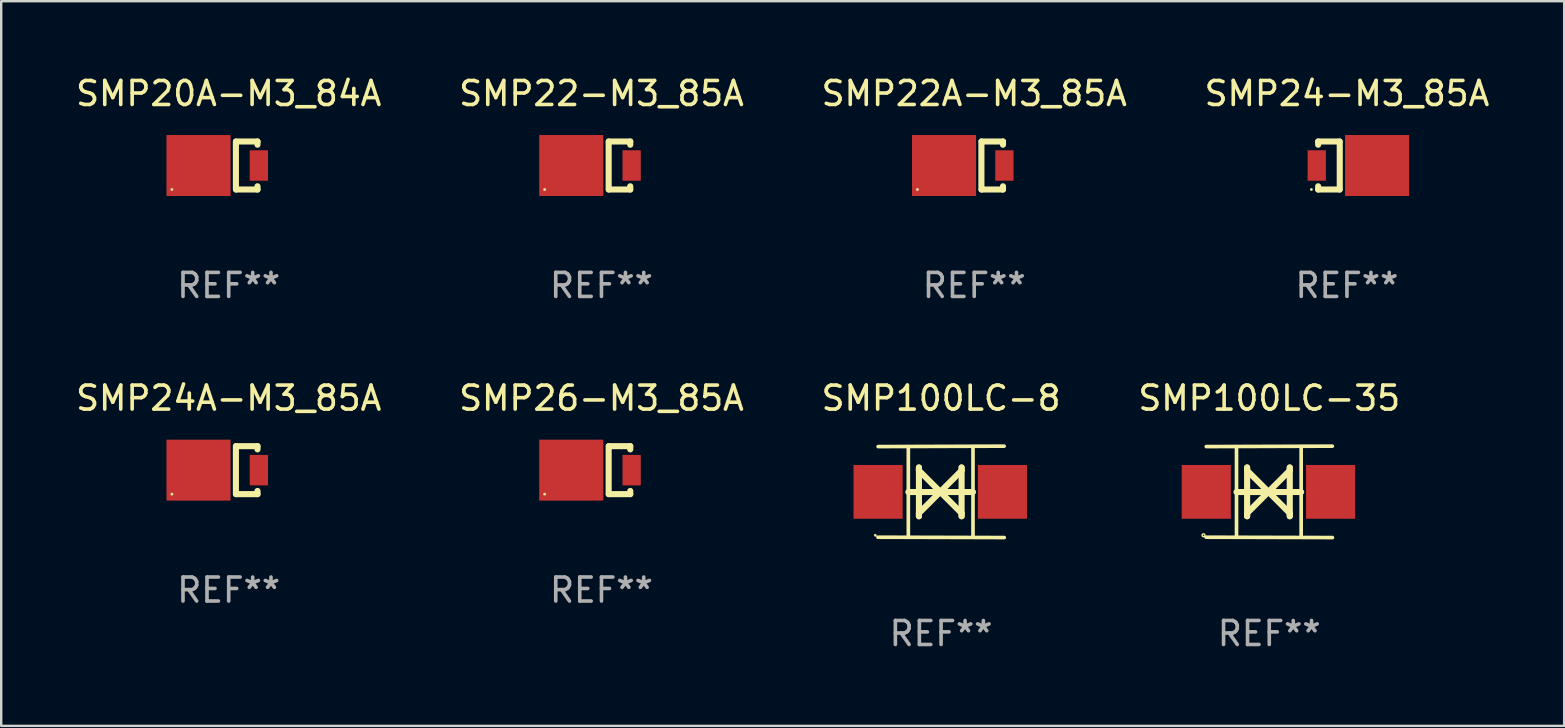
<source format=kicad_pcb>
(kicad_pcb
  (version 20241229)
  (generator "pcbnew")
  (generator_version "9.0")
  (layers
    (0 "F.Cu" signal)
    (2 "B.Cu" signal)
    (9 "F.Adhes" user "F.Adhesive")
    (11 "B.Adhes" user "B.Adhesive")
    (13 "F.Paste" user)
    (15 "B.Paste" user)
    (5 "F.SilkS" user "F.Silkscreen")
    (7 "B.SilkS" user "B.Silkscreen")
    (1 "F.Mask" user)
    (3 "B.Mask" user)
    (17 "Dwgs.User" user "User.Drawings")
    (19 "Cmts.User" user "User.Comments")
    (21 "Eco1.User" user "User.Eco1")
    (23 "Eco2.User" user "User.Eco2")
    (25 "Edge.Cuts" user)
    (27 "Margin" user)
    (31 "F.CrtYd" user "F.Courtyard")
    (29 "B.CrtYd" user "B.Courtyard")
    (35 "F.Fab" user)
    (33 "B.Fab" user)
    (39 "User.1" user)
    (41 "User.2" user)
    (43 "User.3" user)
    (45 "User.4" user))
  (footprint "SMP100LC-8"
    (layer "F.Cu")
    (at 36.173 17.45)
    (property "Reference" "SMP100LC-8" (at 0 -3.905 0) (layer "F.SilkS") (effects (font (size 1 1) (thickness 0.15))))
    (attr through_hole)
    (fp_line (start -1.365 1.886) (end -1.365 -1.886) (stroke (width 0.152) (type solid)) (layer "F.SilkS"))
    (fp_line (start -1.365 0.008) (end 1.33 0.008) (stroke (width 0.254) (type solid)) (layer "F.SilkS"))
    (fp_line (start -0.923 -1.016) (end -0.923 1.016) (stroke (width 0.254) (type solid)) (layer "F.SilkS"))
    (fp_line (start -0.923 -0.889) (end -0.923 -1.016) (stroke (width 0.254) (type solid)) (layer "F.SilkS"))
    (fp_line (start -0.923 0.889) (end -0.034 0) (stroke (width 0.254) (type solid)) (layer "F.SilkS"))
    (fp_line (start -0.923 1.016) (end -0.923 0.889) (stroke (width 0.254) (type solid)) (layer "F.SilkS"))
    (fp_line (start -0.034 0) (end -0.923 -0.889) (stroke (width 0.254) (type solid)) (layer "F.SilkS"))
    (fp_line (start -0.034 0) (end 0.855 0.889) (stroke (width 0.254) (type solid)) (layer "F.SilkS"))
    (fp_line (start 0.855 -1.016) (end 0.855 -0.889) (stroke (width 0.254) (type solid)) (layer "F.SilkS"))
    (fp_line (start 0.855 -0.889) (end -0.034 0) (stroke (width 0.254) (type solid)) (layer "F.SilkS"))
    (fp_line (start 0.855 0.889) (end 0.855 1.016) (stroke (width 0.254) (type solid)) (layer "F.SilkS"))
    (fp_line (start 0.855 1.016) (end 0.855 -1.016) (stroke (width 0.254) (type solid)) (layer "F.SilkS"))
    (fp_line (start 1.33 1.886) (end 1.33 -1.886) (stroke (width 0.152) (type solid)) (layer "F.SilkS"))
    (fp_line (start 2.629 -1.905) (end -2.625 -1.887) (stroke (width 0.152) (type solid)) (layer "F.SilkS"))
    (fp_line (start 2.633 1.905) (end -2.633 1.89) (stroke (width 0.152) (type solid)) (layer "F.SilkS"))
    (fp_circle (center -2.741 1.81) (end -2.711 1.81) (stroke (width 0.06) (type solid)) (fill no) (layer "F.SilkS"))
    (fp_text user "REF**" (at 0 5.905 0) (layer "F.Fab") (effects (font (size 1 1) (thickness 0.15))))
    (pad "1" smd rect (at -2.625 0) (size 2.047 2.241) (layers "F.Cu" "F.Mask" "F.Paste"))
    (pad "2" smd rect (at 2.557 0) (size 2.047 2.241) (layers "F.Cu" "F.Mask" "F.Paste")))
  (footprint "SMP22-M3_85A"
    (layer "F.Cu")
    (at 22.018 3.848)
    (property "Reference" "SMP22-M3_85A" (at 0 -3 0) (layer "F.SilkS") (effects (font (size 1 1) (thickness 0.15))))
    (attr through_hole)
    (fp_line (start 0.3 -1) (end 0.3 1) (stroke (width 0.254) (type solid)) (layer "F.SilkS"))
    (fp_line (start 1.2 -1) (end 0.308 -1) (stroke (width 0.254) (type solid)) (layer "F.SilkS"))
    (fp_line (start 1.2 -1) (end 1.2 -0.866) (stroke (width 0.254) (type solid)) (layer "F.SilkS"))
    (fp_line (start 1.2 1) (end 0.308 1) (stroke (width 0.254) (type solid)) (layer "F.SilkS"))
    (fp_line (start 1.2 1) (end 1.2 0.866) (stroke (width 0.254) (type solid)) (layer "F.SilkS"))
    (fp_circle (center -2.368 1) (end -2.338 1) (stroke (width 0.06) (type solid)) (fill no) (layer "F.SilkS"))
    (fp_text user "REF**" (at 0 5 0) (layer "F.Fab") (effects (font (size 1 1) (thickness 0.15))))
    (pad "1" smd rect (at -1.258 0) (size 2.67 2.54) (layers "F.Cu" "F.Mask" "F.Paste"))
    (pad "2" smd rect (at 1.258 0) (size 0.762 1.27) (layers "F.Cu" "F.Mask" "F.Paste")))
  (footprint "SMP24A-M3_85A"
    (layer "F.Cu")
    (at 6.482 16.545)
    (property "Reference" "SMP24A-M3_85A" (at 0 -3 0) (layer "F.SilkS") (effects (font (size 1 1) (thickness 0.15))))
    (attr through_hole)
    (fp_line (start 0.3 -1) (end 0.3 1) (stroke (width 0.254) (type solid)) (layer "F.SilkS"))
    (fp_line (start 1.2 -1) (end 0.308 -1) (stroke (width 0.254) (type solid)) (layer "F.SilkS"))
    (fp_line (start 1.2 -1) (end 1.2 -0.866) (stroke (width 0.254) (type solid)) (layer "F.SilkS"))
    (fp_line (start 1.2 1) (end 0.308 1) (stroke (width 0.254) (type solid)) (layer "F.SilkS"))
    (fp_line (start 1.2 1) (end 1.2 0.866) (stroke (width 0.254) (type solid)) (layer "F.SilkS"))
    (fp_circle (center -2.368 1) (end -2.338 1) (stroke (width 0.06) (type solid)) (fill no) (layer "F.SilkS"))
    (fp_text user "REF**" (at 0 5 0) (layer "F.Fab") (effects (font (size 1 1) (thickness 0.15))))
    (pad "1" smd rect (at -1.258 0) (size 2.67 2.54) (layers "F.Cu" "F.Mask" "F.Paste"))
    (pad "2" smd rect (at 1.258 0) (size 0.762 1.27) (layers "F.Cu" "F.Mask" "F.Paste")))
  (footprint "SMP26-M3_85A"
    (layer "F.Cu")
    (at 22.018 16.545)
    (property "Reference" "SMP26-M3_85A" (at 0 -3 0) (layer "F.SilkS") (effects (font (size 1 1) (thickness 0.15))))
    (attr through_hole)
    (fp_line (start 0.3 -1) (end 0.3 1) (stroke (width 0.254) (type solid)) (layer "F.SilkS"))
    (fp_line (start 1.2 -1) (end 0.308 -1) (stroke (width 0.254) (type solid)) (layer "F.SilkS"))
    (fp_line (start 1.2 -1) (end 1.2 -0.866) (stroke (width 0.254) (type solid)) (layer "F.SilkS"))
    (fp_line (start 1.2 1) (end 0.308 1) (stroke (width 0.254) (type solid)) (layer "F.SilkS"))
    (fp_line (start 1.2 1) (end 1.2 0.866) (stroke (width 0.254) (type solid)) (layer "F.SilkS"))
    (fp_circle (center -2.368 1) (end -2.338 1) (stroke (width 0.06) (type solid)) (fill no) (layer "F.SilkS"))
    (fp_text user "REF**" (at 0 5 0) (layer "F.Fab") (effects (font (size 1 1) (thickness 0.15))))
    (pad "1" smd rect (at -1.258 0) (size 2.67 2.54) (layers "F.Cu" "F.Mask" "F.Paste"))
    (pad "2" smd rect (at 1.258 0) (size 0.762 1.27) (layers "F.Cu" "F.Mask" "F.Paste")))
  (footprint "SMP24-M3_85A"
    (layer "F.Cu")
    (at 53.089 3.848)
    (property "Reference" "SMP24-M3_85A" (at 0 -3 0) (layer "F.SilkS") (effects (font (size 1 1) (thickness 0.15))))
    (attr through_hole)
    (fp_line (start -1.2 -1) (end -1.2 -0.866) (stroke (width 0.254) (type solid)) (layer "F.SilkS"))
    (fp_line (start -1.2 -1) (end -0.308 -1) (stroke (width 0.254) (type solid)) (layer "F.SilkS"))
    (fp_line (start -1.2 1) (end -1.2 0.866) (stroke (width 0.254) (type solid)) (layer "F.SilkS"))
    (fp_line (start -1.2 1) (end -0.308 1) (stroke (width 0.254) (type solid)) (layer "F.SilkS"))
    (fp_line (start -0.3 1) (end -0.3 -1) (stroke (width 0.254) (type solid)) (layer "F.SilkS"))
    (fp_circle (center -1.482 1) (end -1.452 1) (stroke (width 0.06) (type solid)) (fill no) (layer "F.SilkS"))
    (fp_text user "REF**" (at 0 5 0) (layer "F.Fab") (effects (font (size 1 1) (thickness 0.15))))
    (pad "1" smd rect (at -1.258 0 180) (size 0.762 1.27) (layers "F.Cu" "F.Mask" "F.Paste"))
    (pad "2" smd rect (at 1.258 0 180) (size 2.67 2.54) (layers "F.Cu" "F.Mask" "F.Paste")))
  (footprint "SMP22A-M3_85A"
    (layer "F.Cu")
    (at 37.554 3.848)
    (property "Reference" "SMP22A-M3_85A" (at 0 -3 0) (layer "F.SilkS") (effects (font (size 1 1) (thickness 0.15))))
    (attr through_hole)
    (fp_line (start 0.3 -1) (end 0.3 1) (stroke (width 0.254) (type solid)) (layer "F.SilkS"))
    (fp_line (start 1.2 -1) (end 0.308 -1) (stroke (width 0.254) (type solid)) (layer "F.SilkS"))
    (fp_line (start 1.2 -1) (end 1.2 -0.866) (stroke (width 0.254) (type solid)) (layer "F.SilkS"))
    (fp_line (start 1.2 1) (end 0.308 1) (stroke (width 0.254) (type solid)) (layer "F.SilkS"))
    (fp_line (start 1.2 1) (end 1.2 0.866) (stroke (width 0.254) (type solid)) (layer "F.SilkS"))
    (fp_circle (center -2.368 1) (end -2.338 1) (stroke (width 0.06) (type solid)) (fill no) (layer "F.SilkS"))
    (fp_text user "REF**" (at 0 5 0) (layer "F.Fab") (effects (font (size 1 1) (thickness 0.15))))
    (pad "1" smd rect (at -1.258 0) (size 2.67 2.54) (layers "F.Cu" "F.Mask" "F.Paste"))
    (pad "2" smd rect (at 1.258 0) (size 0.762 1.27) (layers "F.Cu" "F.Mask" "F.Paste")))
  (footprint "SMP20A-M3_84A"
    (layer "F.Cu")
    (at 6.482 3.848)
    (property "Reference" "SMP20A-M3_84A" (at 0 -3 0) (layer "F.SilkS") (effects (font (size 1 1) (thickness 0.15))))
    (attr through_hole)
    (fp_line (start 0.3 -1) (end 0.3 1) (stroke (width 0.254) (type solid)) (layer "F.SilkS"))
    (fp_line (start 1.2 -1) (end 0.308 -1) (stroke (width 0.254) (type solid)) (layer "F.SilkS"))
    (fp_line (start 1.2 -1) (end 1.2 -0.866) (stroke (width 0.254) (type solid)) (layer "F.SilkS"))
    (fp_line (start 1.2 1) (end 0.308 1) (stroke (width 0.254) (type solid)) (layer "F.SilkS"))
    (fp_line (start 1.2 1) (end 1.2 0.866) (stroke (width 0.254) (type solid)) (layer "F.SilkS"))
    (fp_circle (center -2.368 1) (end -2.338 1) (stroke (width 0.06) (type solid)) (fill no) (layer "F.SilkS"))
    (fp_text user "REF**" (at 0 5 0) (layer "F.Fab") (effects (font (size 1 1) (thickness 0.15))))
    (pad "1" smd rect (at -1.258 0) (size 2.67 2.54) (layers "F.Cu" "F.Mask" "F.Paste"))
    (pad "2" smd rect (at 1.258 0) (size 0.762 1.27) (layers "F.Cu" "F.Mask" "F.Paste")))
  (footprint "SMP100LC-35"
    (layer "F.Cu")
    (at 49.851 17.45)
    (property "Reference" "SMP100LC-35" (at 0 -3.905 0) (layer "F.SilkS") (effects (font (size 1 1) (thickness 0.15))))
    (attr through_hole)
    (fp_line (start -1.365 1.886) (end -1.365 -1.886) (stroke (width 0.152) (type solid)) (layer "F.SilkS"))
    (fp_line (start -1.365 0.008) (end 1.33 0.008) (stroke (width 0.254) (type solid)) (layer "F.SilkS"))
    (fp_line (start -0.923 -1.016) (end -0.923 1.016) (stroke (width 0.254) (type solid)) (layer "F.SilkS"))
    (fp_line (start -0.923 -0.889) (end -0.923 -1.016) (stroke (width 0.254) (type solid)) (layer "F.SilkS"))
    (fp_line (start -0.923 0.889) (end -0.034 0) (stroke (width 0.254) (type solid)) (layer "F.SilkS"))
    (fp_line (start -0.923 1.016) (end -0.923 0.889) (stroke (width 0.254) (type solid)) (layer "F.SilkS"))
    (fp_line (start -0.034 0) (end -0.923 -0.889) (stroke (width 0.254) (type solid)) (layer "F.SilkS"))
    (fp_line (start -0.034 0) (end 0.855 0.889) (stroke (width 0.254) (type solid)) (layer "F.SilkS"))
    (fp_line (start 0.855 -1.016) (end 0.855 -0.889) (stroke (width 0.254) (type solid)) (layer "F.SilkS"))
    (fp_line (start 0.855 -0.889) (end -0.034 0) (stroke (width 0.254) (type solid)) (layer "F.SilkS"))
    (fp_line (start 0.855 0.889) (end 0.855 1.016) (stroke (width 0.254) (type solid)) (layer "F.SilkS"))
    (fp_line (start 0.855 1.016) (end 0.855 -1.016) (stroke (width 0.254) (type solid)) (layer "F.SilkS"))
    (fp_line (start 1.33 1.886) (end 1.33 -1.886) (stroke (width 0.152) (type solid)) (layer "F.SilkS"))
    (fp_line (start 2.629 -1.905) (end -2.625 -1.887) (stroke (width 0.152) (type solid)) (layer "F.SilkS"))
    (fp_line (start 2.633 1.905) (end -2.633 1.89) (stroke (width 0.152) (type solid)) (layer "F.SilkS"))
    (fp_circle (center -2.741 1.81) (end -2.712 1.81) (stroke (width 0.06) (type solid)) (fill no) (layer "F.SilkS"))
    (fp_text user "REF**" (at 0 5.905 0) (layer "F.Fab") (effects (font (size 1 1) (thickness 0.15))))
    (pad "1" smd rect (at -2.625 0) (size 2.047 2.241) (layers "F.Cu" "F.Mask" "F.Paste"))
    (pad "2" smd rect (at 2.557 0) (size 2.047 2.241) (layers "F.Cu" "F.Mask" "F.Paste")))
  (gr_rect
    (start -3 -3)
    (end 62.143 27.203)
    (stroke (width 0.1) (type default))
    (fill no)
    (layer "Edge.Cuts")))
</source>
